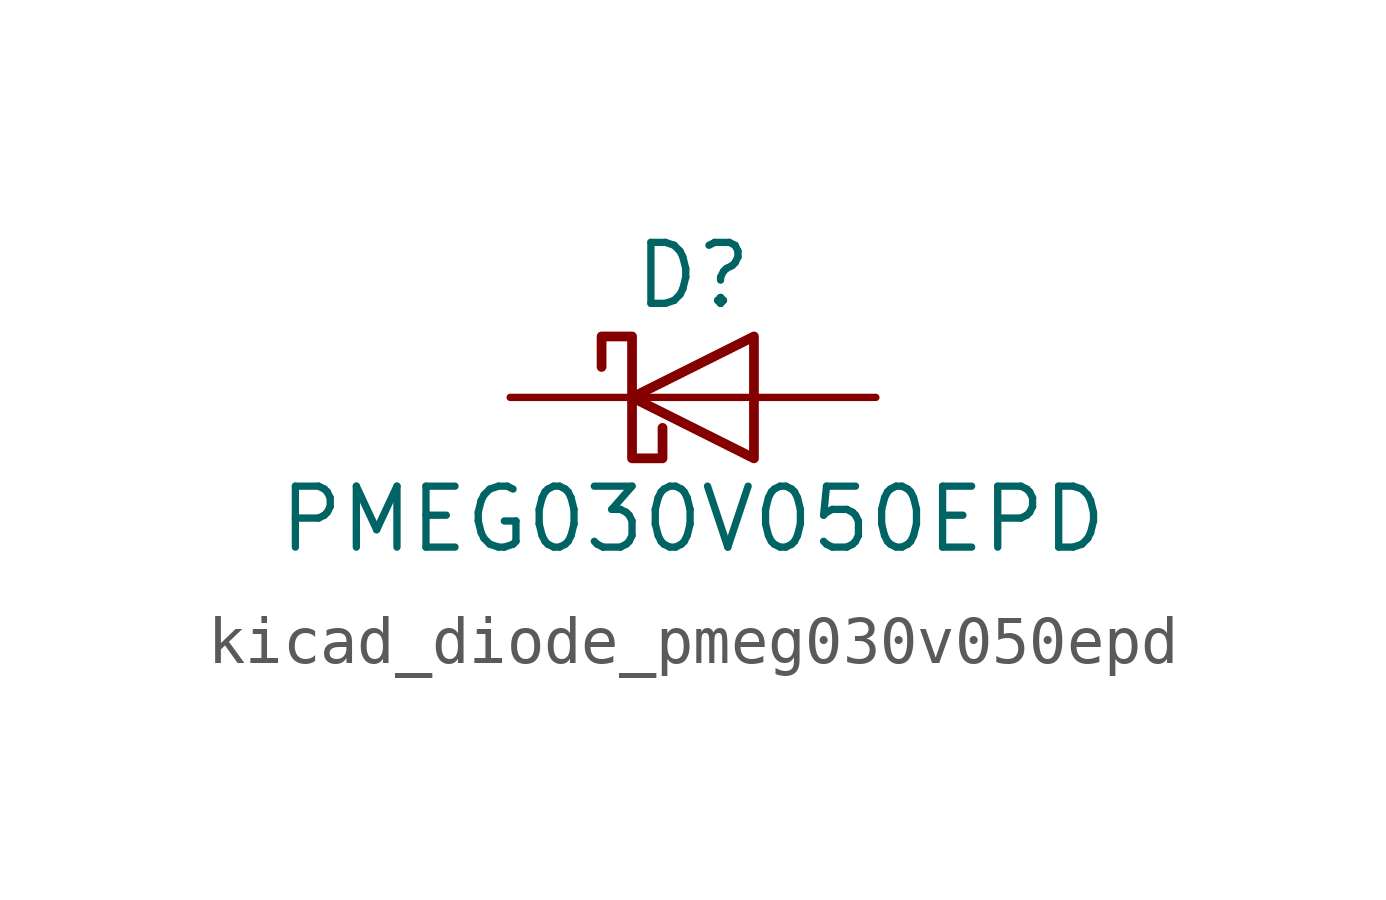
<source format=kicad_sym>
(kicad_symbol_lib
  (version 20220914)
  (generator kicad_symbol_editor)
  (symbol "kicad_diode_pmeg030v050epd"
    (pin_numbers hide)
    (pin_names hide)
    (property "Reference" "D"
      (at 0 2.54 0)
      (effects (font (size 1.27 1.27))))
    (property "Value" "PMEG030V050EPD"
      (at 0 -2.54 0)
      (effects (font (size 1.27 1.27))))
    (symbol "kicad_diode_pmeg030v050epd_0_1"
      (polyline (pts (xy 1.27 0) (xy -1.27 0)) (stroke (width 0) (type default)) (fill (type none)))
      (polyline (pts (xy 1.27 1.27) (xy 1.27 -1.27) (xy -1.27 0) (xy 1.27 1.27)) (stroke (width 0.203) (type default)) (fill (type none)))
      (polyline (pts (xy -1.905 0.635) (xy -1.905 1.27) (xy -1.27 1.27) (xy -1.27 -1.27) (xy -0.635 -1.27) (xy -0.635 -0.635)) (stroke (width 0.203) (type default)) (fill (type none))))
    (symbol "kicad_diode_pmeg030v050epd_1_1"
      (pin passive line (at 3.81 0 180) (length 2.54) (name "A" (effects (font (size 1.27 1.27)))) (number "1" (effects (font (size 1.27 1.27)))))
      (pin passive line (at 3.81 0 180) (length 2.54) hide (name "A" (effects (font (size 1.27 1.27)))) (number "2" (effects (font (size 1.27 1.27)))))
      (pin passive line (at -3.81 0 0) (length 2.54) (name "K" (effects (font (size 1.27 1.27)))) (number "3" (effects (font (size 1.27 1.27))))))))
</source>
